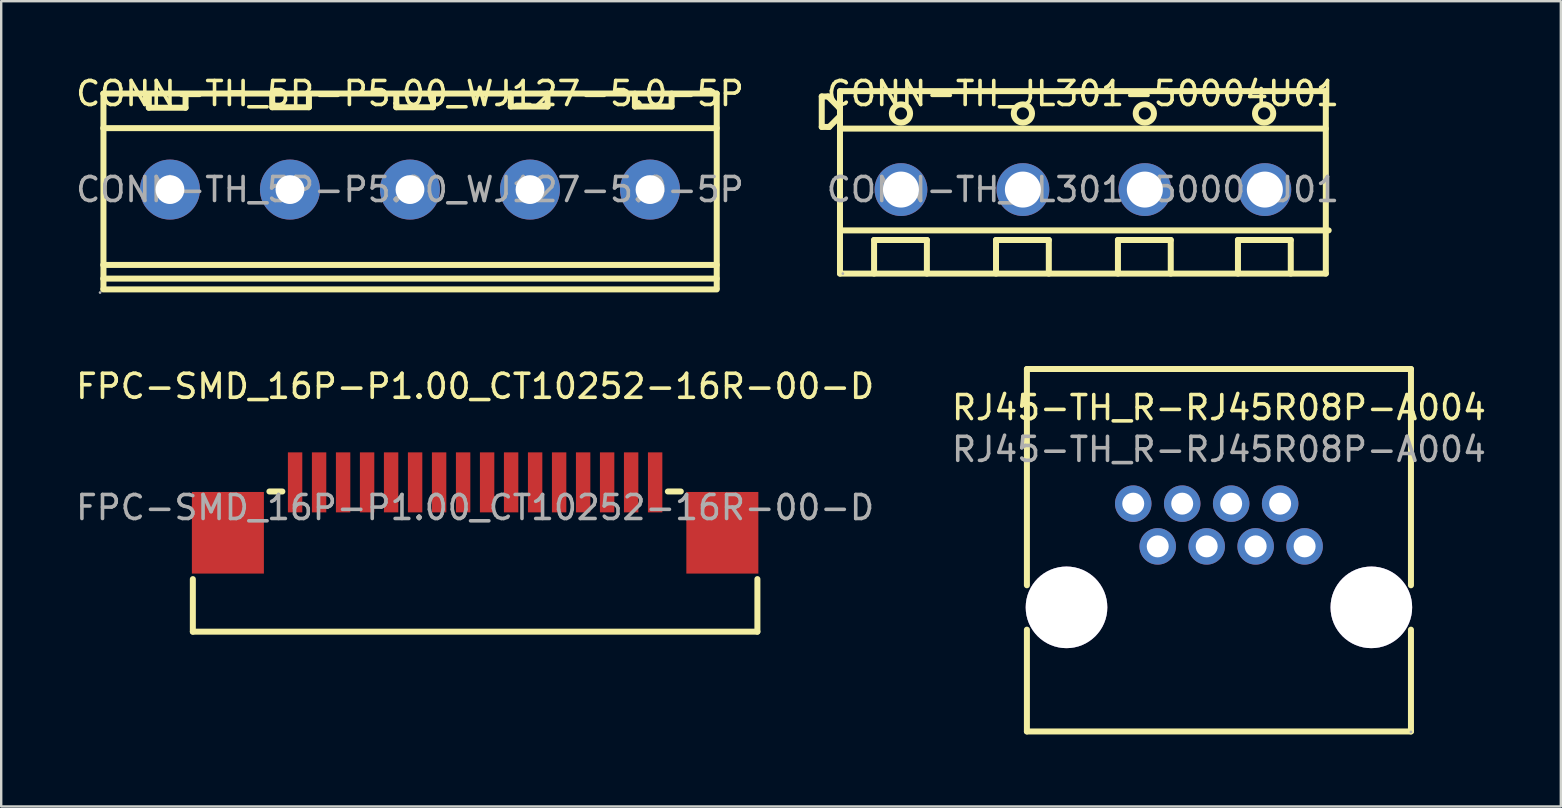
<source format=kicad_pcb>
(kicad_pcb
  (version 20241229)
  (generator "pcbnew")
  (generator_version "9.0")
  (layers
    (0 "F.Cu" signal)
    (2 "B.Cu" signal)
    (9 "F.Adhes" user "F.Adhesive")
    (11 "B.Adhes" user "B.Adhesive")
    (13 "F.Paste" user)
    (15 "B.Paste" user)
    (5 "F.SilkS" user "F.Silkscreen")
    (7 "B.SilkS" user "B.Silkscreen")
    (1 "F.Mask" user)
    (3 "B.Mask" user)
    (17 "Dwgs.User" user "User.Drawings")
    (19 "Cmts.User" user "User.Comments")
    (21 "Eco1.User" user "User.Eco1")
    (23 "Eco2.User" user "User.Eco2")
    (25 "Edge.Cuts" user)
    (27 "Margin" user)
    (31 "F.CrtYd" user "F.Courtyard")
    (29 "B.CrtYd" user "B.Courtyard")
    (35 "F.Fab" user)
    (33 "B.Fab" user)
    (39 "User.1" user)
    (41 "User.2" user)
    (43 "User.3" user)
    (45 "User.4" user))
  (footprint "FPC-SMD_16P-P1.00_CT10252-16R-00-D"
    (layer "F.Cu")
    (at 16.744 18.096)
    (property "Reference" "FPC-SMD_16P-P1.00_CT10252-16R-00-D" (at 0 -5.05 0) (layer "F.SilkS") (effects (font (size 1 1) (thickness 0.15))))
    (attr through_hole)
    (fp_line (start -11.76 2.98) (end -11.76 5.17) (stroke (width 0.25) (type solid)) (layer "F.SilkS"))
    (fp_line (start -11.76 5.17) (end 11.76 5.17) (stroke (width 0.25) (type solid)) (layer "F.SilkS"))
    (fp_line (start -8.03 -0.67) (end -8.57 -0.67) (stroke (width 0.25) (type solid)) (layer "F.SilkS"))
    (fp_line (start 8.57 -0.67) (end 8.03 -0.67) (stroke (width 0.25) (type solid)) (layer "F.SilkS"))
    (fp_line (start 11.76 2.98) (end 11.76 5.17) (stroke (width 0.25) (type solid)) (layer "F.SilkS"))
    (fp_text user "${REFERENCE}" (at 0 0 0) (layer "F.Fab") (effects (font (size 1 1) (thickness 0.15))))
    (pad "1" smd rect (at 7.5 -1.05 180) (size 0.6 2.5) (layers "F.Cu" "F.Mask" "F.Paste"))
    (pad "2" smd rect (at 6.5 -1.05 180) (size 0.6 2.5) (layers "F.Cu" "F.Mask" "F.Paste"))
    (pad "3" smd rect (at 5.5 -1.05 180) (size 0.6 2.5) (layers "F.Cu" "F.Mask" "F.Paste"))
    (pad "4" smd rect (at 4.5 -1.05 180) (size 0.6 2.5) (layers "F.Cu" "F.Mask" "F.Paste"))
    (pad "5" smd rect (at 3.5 -1.05 180) (size 0.6 2.5) (layers "F.Cu" "F.Mask" "F.Paste"))
    (pad "6" smd rect (at 2.5 -1.05 180) (size 0.6 2.5) (layers "F.Cu" "F.Mask" "F.Paste"))
    (pad "7" smd rect (at 1.5 -1.05 180) (size 0.6 2.5) (layers "F.Cu" "F.Mask" "F.Paste"))
    (pad "8" smd rect (at 0.5 -1.05 180) (size 0.6 2.5) (layers "F.Cu" "F.Mask" "F.Paste"))
    (pad "9" smd rect (at -0.5 -1.05 180) (size 0.6 2.5) (layers "F.Cu" "F.Mask" "F.Paste"))
    (pad "10" smd rect (at -1.5 -1.05 180) (size 0.6 2.5) (layers "F.Cu" "F.Mask" "F.Paste"))
    (pad "11" smd rect (at -2.5 -1.05 180) (size 0.6 2.5) (layers "F.Cu" "F.Mask" "F.Paste"))
    (pad "12" smd rect (at -3.5 -1.05 180) (size 0.6 2.5) (layers "F.Cu" "F.Mask" "F.Paste"))
    (pad "13" smd rect (at -4.5 -1.05 180) (size 0.6 2.5) (layers "F.Cu" "F.Mask" "F.Paste"))
    (pad "14" smd rect (at -5.5 -1.05 180) (size 0.6 2.5) (layers "F.Cu" "F.Mask" "F.Paste"))
    (pad "15" smd rect (at -6.5 -1.05 180) (size 0.6 2.5) (layers "F.Cu" "F.Mask" "F.Paste"))
    (pad "16" smd rect (at -7.5 -1.05 180) (size 0.6 2.5) (layers "F.Cu" "F.Mask" "F.Paste"))
    (pad "17" smd rect (at -10.3 1.05 180) (size 3 3.4) (layers "F.Cu" "F.Mask" "F.Paste"))
    (pad "18" smd rect (at 10.3 1.05 180) (size 3 3.4) (layers "F.Cu" "F.Mask" "F.Paste")))
  (footprint "CONN-TH_5P-P5.00_WJ127-5.0-5P"
    (layer "F.Cu")
    (at 14.03 4.848)
    (property "Reference" "CONN-TH_5P-P5.00_WJ127-5.0-5P" (at 0 -4 0) (layer "F.SilkS") (effects (font (size 1 1) (thickness 0.15))))
    (attr through_hole)
    (fp_line (start -12.78 -4) (end 12.78 -4) (stroke (width 0.25) (type solid)) (layer "F.SilkS"))
    (fp_line (start -12.78 -2.56) (end 12.78 -2.56) (stroke (width 0.25) (type solid)) (layer "F.SilkS"))
    (fp_line (start -12.78 3.14) (end 12.78 3.14) (stroke (width 0.25) (type solid)) (layer "F.SilkS"))
    (fp_line (start -12.78 3.71) (end 12.78 3.71) (stroke (width 0.25) (type solid)) (layer "F.SilkS"))
    (fp_line (start -12.78 4.16) (end 12.78 4.16) (stroke (width 0.25) (type solid)) (layer "F.SilkS"))
    (fp_line (start -12.77 -4) (end -12.77 4.1) (stroke (width 0.25) (type solid)) (layer "F.SilkS"))
    (fp_line (start -10.88 -3.95) (end -10.88 -3.41) (stroke (width 0.25) (type solid)) (layer "F.SilkS"))
    (fp_line (start -10.88 -3.41) (end -9.35 -3.41) (stroke (width 0.25) (type solid)) (layer "F.SilkS"))
    (fp_line (start -9.35 -3.41) (end -9.35 -3.95) (stroke (width 0.25) (type solid)) (layer "F.SilkS"))
    (fp_line (start -5.74 -3.97) (end -5.74 -3.43) (stroke (width 0.25) (type solid)) (layer "F.SilkS"))
    (fp_line (start -5.74 -3.43) (end -4.21 -3.43) (stroke (width 0.25) (type solid)) (layer "F.SilkS"))
    (fp_line (start -4.21 -3.43) (end -4.21 -3.97) (stroke (width 0.25) (type solid)) (layer "F.SilkS"))
    (fp_line (start -0.57 -3.97) (end -0.57 -3.43) (stroke (width 0.25) (type solid)) (layer "F.SilkS"))
    (fp_line (start -0.57 -3.43) (end 0.96 -3.43) (stroke (width 0.25) (type solid)) (layer "F.SilkS"))
    (fp_line (start 0.96 -3.43) (end 0.96 -3.97) (stroke (width 0.25) (type solid)) (layer "F.SilkS"))
    (fp_line (start 4.2 -4) (end 4.2 -3.46) (stroke (width 0.25) (type solid)) (layer "F.SilkS"))
    (fp_line (start 4.2 -3.46) (end 5.73 -3.46) (stroke (width 0.25) (type solid)) (layer "F.SilkS"))
    (fp_line (start 5.73 -3.46) (end 5.73 -4) (stroke (width 0.25) (type solid)) (layer "F.SilkS"))
    (fp_line (start 9.37 -4) (end 9.37 -3.46) (stroke (width 0.25) (type solid)) (layer "F.SilkS"))
    (fp_line (start 9.37 -3.46) (end 10.9 -3.46) (stroke (width 0.25) (type solid)) (layer "F.SilkS"))
    (fp_line (start 10.9 -3.46) (end 10.9 -4) (stroke (width 0.25) (type solid)) (layer "F.SilkS"))
    (fp_line (start 12.78 -4) (end 12.78 4.1) (stroke (width 0.25) (type solid)) (layer "F.SilkS"))
    (fp_circle (center -12.91 4.29) (end -12.88 4.29) (stroke (width 0.06) (type solid)) (fill no) (layer "F.Fab"))
    (fp_circle (center -10 0) (end -9.75 0) (stroke (width 0.5) (type solid)) (fill no) (layer "F.Fab"))
    (fp_circle (center -5 0) (end -4.75 0) (stroke (width 0.5) (type solid)) (fill no) (layer "F.Fab"))
    (fp_circle (center 0 0) (end 0.25 0) (stroke (width 0.5) (type solid)) (fill no) (layer "F.Fab"))
    (fp_circle (center 5 0) (end 5.25 0) (stroke (width 0.5) (type solid)) (fill no) (layer "F.Fab"))
    (fp_circle (center 10 0) (end 10.25 0) (stroke (width 0.5) (type solid)) (fill no) (layer "F.Fab"))
    (fp_text user "${REFERENCE}" (at 0 0 0) (layer "F.Fab") (effects (font (size 1 1) (thickness 0.15))))
    (pad "1" thru_hole circle (at -10 0) (size 2.5 2.5) (drill 1.2) (layers "*.Cu" "*.Mask"))
    (pad "2" thru_hole circle (at -5 0) (size 2.5 2.5) (drill 1.2) (layers "*.Cu" "*.Mask"))
    (pad "3" thru_hole circle (at 0 0) (size 2.5 2.5) (drill 1.2) (layers "*.Cu" "*.Mask"))
    (pad "4" thru_hole circle (at 5 0) (size 2.5 2.5) (drill 1.2) (layers "*.Cu" "*.Mask"))
    (pad "5" thru_hole circle (at 10 0) (size 2.5 2.5) (drill 1.2) (layers "*.Cu" "*.Mask")))
  (footprint "RJ45-TH_R-RJ45R08P-A004"
    (layer "F.Cu")
    (at 47.732 18.823)
    (property "Reference" "RJ45-TH_R-RJ45R08P-A004" (at 0 -4.89 0) (layer "F.SilkS") (effects (font (size 1 1) (thickness 0.15))))
    (attr through_hole)
    (fp_line (start -8 -6.5) (end 8 -6.5) (stroke (width 0.25) (type solid)) (layer "F.SilkS"))
    (fp_line (start -8 2.51) (end -8 -6.5) (stroke (width 0.25) (type solid)) (layer "F.SilkS"))
    (fp_line (start -8 8.6) (end -8 4.36) (stroke (width 0.25) (type solid)) (layer "F.SilkS"))
    (fp_line (start 8 -6.5) (end 8 2.51) (stroke (width 0.25) (type solid)) (layer "F.SilkS"))
    (fp_line (start 8 4.36) (end 8 8.6) (stroke (width 0.25) (type solid)) (layer "F.SilkS"))
    (fp_line (start 8 8.6) (end -8 8.6) (stroke (width 0.25) (type solid)) (layer "F.SilkS"))
    (fp_circle (center -6.35 3.43) (end -5.55 3.43) (stroke (width 1.6) (type solid)) (fill no) (layer "Cmts.User"))
    (fp_circle (center 6.35 3.43) (end 7.15 3.43) (stroke (width 1.6) (type solid)) (fill no) (layer "Cmts.User"))
    (fp_circle (center -3.57 -0.89) (end -3.45 -0.89) (stroke (width 0.25) (type solid)) (fill no) (layer "F.Fab"))
    (fp_circle (center -2.55 0.89) (end -2.43 0.89) (stroke (width 0.25) (type solid)) (fill no) (layer "F.Fab"))
    (fp_circle (center -1.53 -0.89) (end -1.41 -0.89) (stroke (width 0.25) (type solid)) (fill no) (layer "F.Fab"))
    (fp_circle (center -0.51 0.89) (end -0.39 0.89) (stroke (width 0.25) (type solid)) (fill no) (layer "F.Fab"))
    (fp_circle (center 0.51 -0.89) (end 0.63 -0.89) (stroke (width 0.25) (type solid)) (fill no) (layer "F.Fab"))
    (fp_circle (center 1.53 0.89) (end 1.65 0.89) (stroke (width 0.25) (type solid)) (fill no) (layer "F.Fab"))
    (fp_circle (center 2.55 -0.89) (end 2.67 -0.89) (stroke (width 0.25) (type solid)) (fill no) (layer "F.Fab"))
    (fp_circle (center 3.57 0.89) (end 3.69 0.89) (stroke (width 0.25) (type solid)) (fill no) (layer "F.Fab"))
    (fp_circle (center 8 8.62) (end 8.03 8.62) (stroke (width 0.06) (type solid)) (fill no) (layer "F.Fab"))
    (fp_text user "${REFERENCE}" (at 0 -3.15 0) (layer "F.Fab") (effects (font (size 1 1) (thickness 0.15))))
    (pad "" thru_hole circle (at -6.35 3.43) (size 3.4 3.4) (drill 3.4) (layers "*.Cu" "*.Mask"))
    (pad "" thru_hole circle (at 6.35 3.43) (size 3.4 3.4) (drill 3.4) (layers "*.Cu" "*.Mask"))
    (pad "1" thru_hole circle (at 3.57 0.89) (size 1.52 1.52) (drill 0.914) (layers "*.Cu" "*.Mask"))
    (pad "2" thru_hole circle (at 2.55 -0.89) (size 1.52 1.52) (drill 0.914) (layers "*.Cu" "*.Mask"))
    (pad "3" thru_hole circle (at 1.53 0.89) (size 1.52 1.52) (drill 0.914) (layers "*.Cu" "*.Mask"))
    (pad "4" thru_hole circle (at 0.51 -0.89) (size 1.52 1.52) (drill 0.914) (layers "*.Cu" "*.Mask"))
    (pad "5" thru_hole circle (at -0.51 0.89) (size 1.52 1.52) (drill 0.914) (layers "*.Cu" "*.Mask"))
    (pad "6" thru_hole circle (at -1.53 -0.89) (size 1.52 1.52) (drill 0.914) (layers "*.Cu" "*.Mask"))
    (pad "7" thru_hole circle (at -2.55 0.89) (size 1.52 1.52) (drill 0.914) (layers "*.Cu" "*.Mask"))
    (pad "8" thru_hole circle (at -3.57 -0.89) (size 1.52 1.52) (drill 0.914) (layers "*.Cu" "*.Mask")))
  (footprint "CONN-TH_JL301-50004U01"
    (layer "F.Cu")
    (at 42.065 4.848)
    (property "Reference" "CONN-TH_JL301-50004U01" (at 0 -4 0) (layer "F.SilkS") (effects (font (size 1 1) (thickness 0.15))))
    (attr through_hole)
    (fp_line (start -10.88 -3.88) (end -10.88 -2.61) (stroke (width 0.25) (type solid)) (layer "F.SilkS"))
    (fp_line (start -10.88 -2.61) (end -10.62 -2.61) (stroke (width 0.25) (type solid)) (layer "F.SilkS"))
    (fp_line (start -10.62 -3.88) (end -10.88 -3.88) (stroke (width 0.25) (type solid)) (layer "F.SilkS"))
    (fp_line (start -10.62 -2.61) (end -10.57 -2.61) (stroke (width 0.25) (type solid)) (layer "F.SilkS"))
    (fp_line (start -10.57 -2.61) (end -10.12 -3.06) (stroke (width 0.25) (type solid)) (layer "F.SilkS"))
    (fp_line (start -10.17 -3.43) (end -10.62 -3.88) (stroke (width 0.25) (type solid)) (layer "F.SilkS"))
    (fp_line (start -10.12 -4.1) (end 10.12 -4.1) (stroke (width 0.25) (type solid)) (layer "F.SilkS"))
    (fp_line (start -10.12 -3.43) (end -10.17 -3.43) (stroke (width 0.25) (type solid)) (layer "F.SilkS"))
    (fp_line (start -10.12 -2.54) (end 10.12 -2.54) (stroke (width 0.25) (type solid)) (layer "F.SilkS"))
    (fp_line (start -10.12 3.5) (end -10.12 -4.1) (stroke (width 0.25) (type solid)) (layer "F.SilkS"))
    (fp_line (start -10.12 3.5) (end 10.12 3.5) (stroke (width 0.25) (type solid)) (layer "F.SilkS"))
    (fp_line (start -10 1.7) (end 10.24 1.7) (stroke (width 0.25) (type solid)) (layer "F.SilkS"))
    (fp_line (start -8.7 2.1) (end -6.5 2.1) (stroke (width 0.25) (type solid)) (layer "F.SilkS"))
    (fp_line (start -8.7 3.5) (end -8.7 2.1) (stroke (width 0.25) (type solid)) (layer "F.SilkS"))
    (fp_line (start -6.5 2.1) (end -6.5 3.5) (stroke (width 0.25) (type solid)) (layer "F.SilkS"))
    (fp_line (start -3.62 2.1) (end -1.42 2.1) (stroke (width 0.25) (type solid)) (layer "F.SilkS"))
    (fp_line (start -3.62 3.5) (end -3.62 2.1) (stroke (width 0.25) (type solid)) (layer "F.SilkS"))
    (fp_line (start -1.42 2.1) (end -1.42 3.5) (stroke (width 0.25) (type solid)) (layer "F.SilkS"))
    (fp_line (start 1.46 2.1) (end 3.66 2.1) (stroke (width 0.25) (type solid)) (layer "F.SilkS"))
    (fp_line (start 1.46 3.5) (end 1.46 2.1) (stroke (width 0.25) (type solid)) (layer "F.SilkS"))
    (fp_line (start 3.66 2.1) (end 3.66 3.5) (stroke (width 0.25) (type solid)) (layer "F.SilkS"))
    (fp_line (start 6.46 2.1) (end 8.66 2.1) (stroke (width 0.25) (type solid)) (layer "F.SilkS"))
    (fp_line (start 6.46 3.5) (end 6.46 2.1) (stroke (width 0.25) (type solid)) (layer "F.SilkS"))
    (fp_line (start 8.66 2.1) (end 8.66 3.5) (stroke (width 0.25) (type solid)) (layer "F.SilkS"))
    (fp_line (start 10.12 -4.1) (end 10.12 3.5) (stroke (width 0.25) (type solid)) (layer "F.SilkS"))
    (fp_circle (center -7.58 -3.17) (end -7.2 -3.17) (stroke (width 0.25) (type solid)) (fill no) (layer "F.SilkS"))
    (fp_circle (center -2.5 -3.17) (end -2.12 -3.17) (stroke (width 0.25) (type solid)) (fill no) (layer "F.SilkS"))
    (fp_circle (center 2.58 -3.17) (end 2.96 -3.17) (stroke (width 0.25) (type solid)) (fill no) (layer "F.SilkS"))
    (fp_circle (center 7.55 -3.17) (end 7.93 -3.17) (stroke (width 0.25) (type solid)) (fill no) (layer "F.SilkS"))
    (fp_circle (center -10 3.5) (end -9.97 3.5) (stroke (width 0.06) (type solid)) (fill no) (layer "F.Fab"))
    (fp_circle (center -7.58 0) (end -7.36 0) (stroke (width 0.45) (type solid)) (fill no) (layer "F.Fab"))
    (fp_circle (center -2.5 0) (end -2.28 0) (stroke (width 0.45) (type solid)) (fill no) (layer "F.Fab"))
    (fp_circle (center 2.58 0) (end 2.8 0) (stroke (width 0.45) (type solid)) (fill no) (layer "F.Fab"))
    (fp_circle (center 7.58 0) (end 7.8 0) (stroke (width 0.45) (type solid)) (fill no) (layer "F.Fab"))
    (fp_text user "${REFERENCE}" (at 0 0 0) (layer "F.Fab") (effects (font (size 1 1) (thickness 0.15))))
    (pad "1" thru_hole circle (at -7.58 0) (size 2.2 2.2) (drill 1.5) (layers "*.Cu" "*.Mask"))
    (pad "2" thru_hole circle (at -2.5 0) (size 2.2 2.2) (drill 1.5) (layers "*.Cu" "*.Mask"))
    (pad "3" thru_hole circle (at 2.58 0) (size 2.2 2.2) (drill 1.5) (layers "*.Cu" "*.Mask"))
    (pad "4" thru_hole circle (at 7.58 0) (size 2.2 2.2) (drill 1.5) (layers "*.Cu" "*.Mask")))
  (gr_rect
    (start -3 -3)
    (end 61.976 30.548)
    (stroke (width 0.1) (type default))
    (fill no)
    (layer "Edge.Cuts")))
</source>
